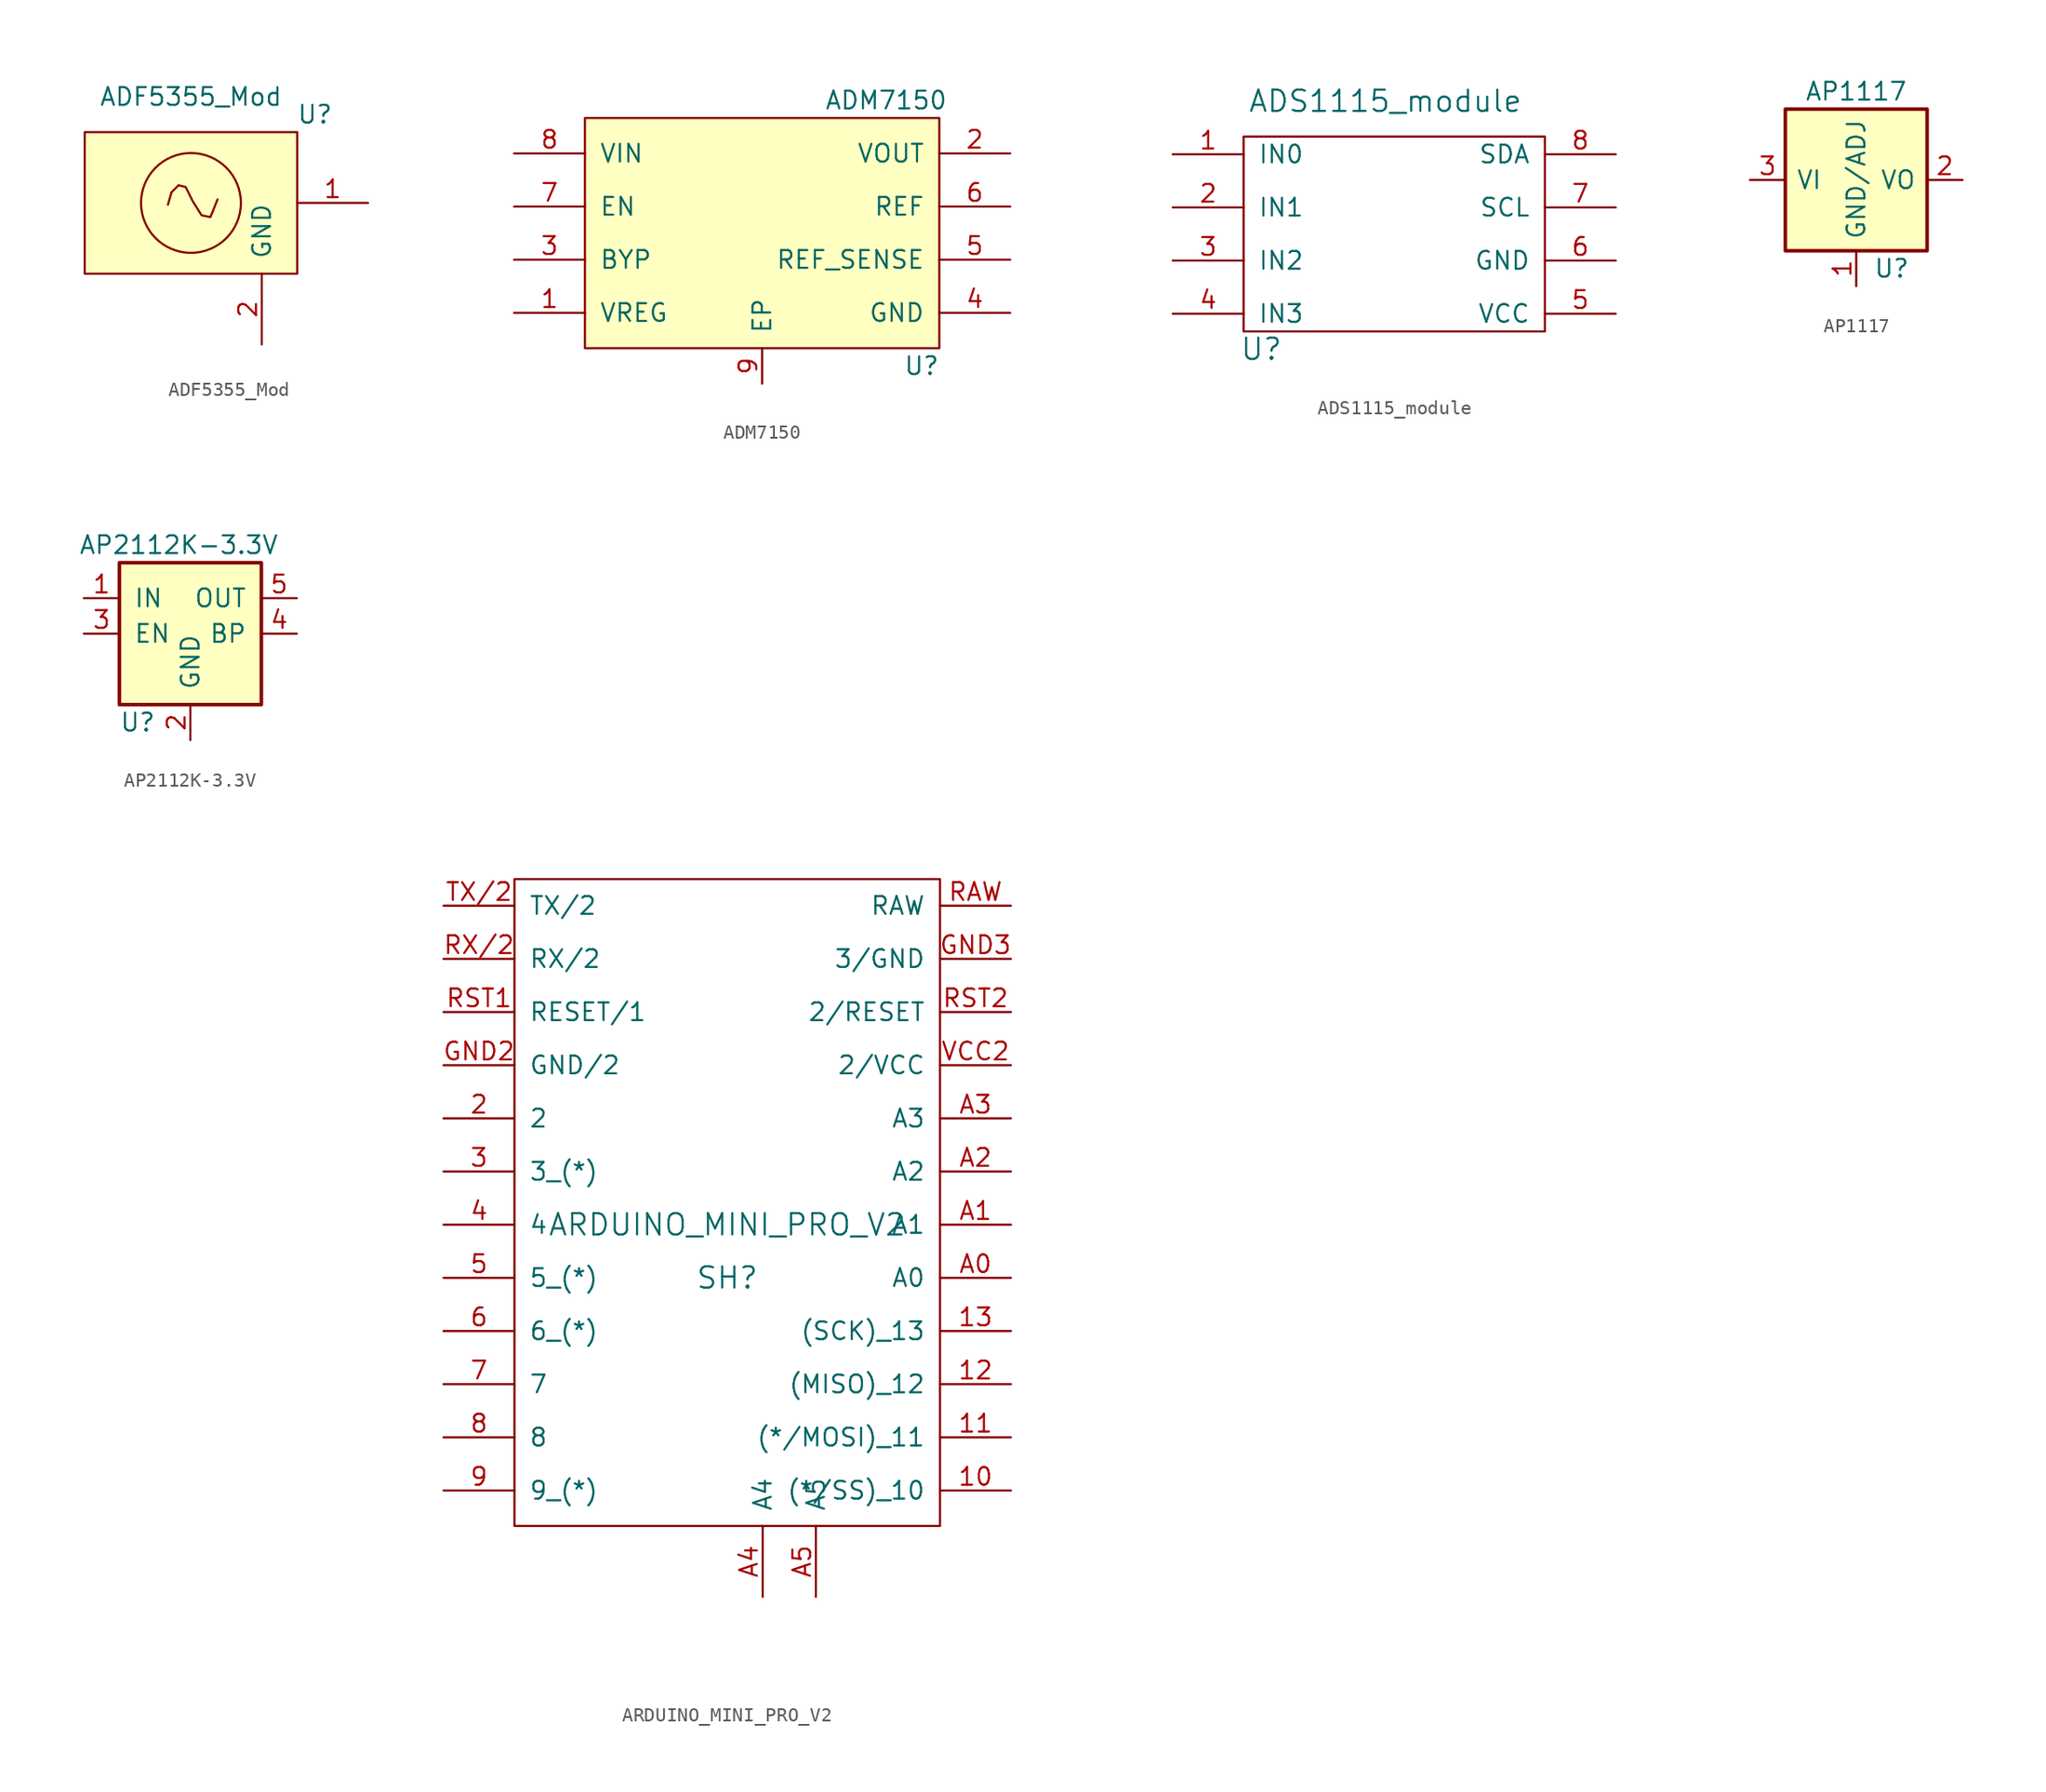
<source format=kicad_sym>
(kicad_symbol_lib
  (version 20211014)
  (generator kicad_symbol_editor)
  (symbol "ADF5355_Mod"
    (pin_names
      (offset 1.016))
    (property "Reference" "U"
      (at 11.43 6.35 0)
      (effects (font (size 1.27 1.27))))
    (property "Value" "ADF5355_Mod"
      (at 2.54 7.62 0)
      (effects (font (size 1.27 1.27))))
    (symbol "ADF5355_Mod_0_1"
      (rectangle (start -5.08 5.08) (end 10.16 -5.08) (stroke (width 0) (type default) (color 0 0 0 0)) (fill (type background)))
      (polyline (pts (xy 0.889 -0.127) (xy 1.143 0.762) (xy 1.651 1.27) (xy 2.159 1.143) (xy 2.667 0.127) (xy 3.302 -0.889) (xy 3.937 -1.016) (xy 4.445 0.254)) (stroke (width 0) (type default) (color 0 0 0 0)) (fill (type none)))
      (circle (center 2.54 0) (radius 3.581) (stroke (width 0) (type default) (color 0 0 0 0)) (fill (type none))))
    (symbol "ADF5355_Mod_1_1"
      (pin input line (at 15.24 0 180) (length 5.08) (name "~" (effects (font (size 1.27 1.27)))) (number "1" (effects (font (size 1.27 1.27)))))
      (pin input line (at 7.62 -10.16 90) (length 5.08) (name "GND" (effects (font (size 1.27 1.27)))) (number "2" (effects (font (size 1.27 1.27)))))))
  (symbol "ADM7150"
    (pin_names
      (offset 1.016))
    (property "Reference" "U"
      (at 11.43 -8.89 0)
      (effects (font (size 1.27 1.27))))
    (property "Value" "ADM7150"
      (at 8.89 10.16 0)
      (effects (font (size 1.27 1.27))))
    (symbol "ADM7150_0_1"
      (rectangle (start -12.7 8.89) (end 12.7 -7.62) (stroke (width 0) (type default) (color 0 0 0 0)) (fill (type background))))
    (symbol "ADM7150_1_1"
      (pin input line (at -17.78 -5.08 0) (length 5.08) (name "VREG" (effects (font (size 1.27 1.27)))) (number "1" (effects (font (size 1.27 1.27)))))
      (pin input line (at 17.78 6.35 180) (length 5.08) (name "VOUT" (effects (font (size 1.27 1.27)))) (number "2" (effects (font (size 1.27 1.27)))))
      (pin input line (at -17.78 -1.27 0) (length 5.08) (name "BYP" (effects (font (size 1.27 1.27)))) (number "3" (effects (font (size 1.27 1.27)))))
      (pin input line (at 17.78 -5.08 180) (length 5.08) (name "GND" (effects (font (size 1.27 1.27)))) (number "4" (effects (font (size 1.27 1.27)))))
      (pin input line (at 17.78 -1.27 180) (length 5.08) (name "REF_SENSE" (effects (font (size 1.27 1.27)))) (number "5" (effects (font (size 1.27 1.27)))))
      (pin input line (at 17.78 2.54 180) (length 5.08) (name "REF" (effects (font (size 1.27 1.27)))) (number "6" (effects (font (size 1.27 1.27)))))
      (pin input line (at -17.78 2.54 0) (length 5.08) (name "EN" (effects (font (size 1.27 1.27)))) (number "7" (effects (font (size 1.27 1.27)))))
      (pin power_in line (at -17.78 6.35 0) (length 5.08) (name "VIN" (effects (font (size 1.27 1.27)))) (number "8" (effects (font (size 1.27 1.27)))))
      (pin input line (at 0 -10.16 90) (length 2.54) (name "EP" (effects (font (size 1.27 1.27)))) (number "9" (effects (font (size 1.27 1.27)))))))
  (symbol "ADS1115_module"
    (pin_names
      (offset 1.016))
    (property "Reference" "U"
      (at -8.89 -7.62 0)
      (effects (font (size 1.524 1.524))))
    (property "Value" "ADS1115_module"
      (at 0 10.16 0)
      (effects (font (size 1.524 1.524))))
    (symbol "ADS1115_module_0_1"
      (rectangle (start -10.16 7.62) (end 11.43 -6.35) (stroke (width 0) (type default) (color 0 0 0 0)) (fill (type none))))
    (symbol "ADS1115_module_1_1"
      (pin input line (at -15.24 6.35 0) (length 5.08) (name "IN0" (effects (font (size 1.27 1.27)))) (number "1" (effects (font (size 1.27 1.27)))))
      (pin input line (at -15.24 2.54 0) (length 5.08) (name "IN1" (effects (font (size 1.27 1.27)))) (number "2" (effects (font (size 1.27 1.27)))))
      (pin input line (at -15.24 -1.27 0) (length 5.08) (name "IN2" (effects (font (size 1.27 1.27)))) (number "3" (effects (font (size 1.27 1.27)))))
      (pin input line (at -15.24 -5.08 0) (length 5.08) (name "IN3" (effects (font (size 1.27 1.27)))) (number "4" (effects (font (size 1.27 1.27)))))
      (pin input line (at 16.51 -5.08 180) (length 5.08) (name "VCC" (effects (font (size 1.27 1.27)))) (number "5" (effects (font (size 1.27 1.27)))))
      (pin input line (at 16.51 -1.27 180) (length 5.08) (name "GND" (effects (font (size 1.27 1.27)))) (number "6" (effects (font (size 1.27 1.27)))))
      (pin input line (at 16.51 2.54 180) (length 5.08) (name "SCL" (effects (font (size 1.27 1.27)))) (number "7" (effects (font (size 1.27 1.27)))))
      (pin input line (at 16.51 6.35 180) (length 5.08) (name "SDA" (effects (font (size 1.27 1.27)))) (number "8" (effects (font (size 1.27 1.27)))))))
  (symbol "AP1117"
    (pin_names
      (offset 0.762))
    (property "Reference" "U"
      (at 2.54 -6.35 0)
      (effects (font (size 1.27 1.27))))
    (property "Value" "AP1117"
      (at 0 6.35 0)
      (effects (font (size 1.27 1.27))))
    (symbol "AP1117_0_1"
      (rectangle (start -5.08 -5.08) (end 5.08 5.08) (stroke (width 0.254) (type default) (color 0 0 0 0)) (fill (type background))))
    (symbol "AP1117_1_1"
      (pin power_in line (at 0 -7.62 90) (length 2.54) (name "GND/ADJ" (effects (font (size 1.27 1.27)))) (number "1" (effects (font (size 1.27 1.27)))))
      (pin power_out line (at 7.62 0 180) (length 2.54) (name "VO" (effects (font (size 1.27 1.27)))) (number "2" (effects (font (size 1.27 1.27)))))
      (pin power_in line (at -7.62 0 0) (length 2.54) (name "VI" (effects (font (size 1.27 1.27)))) (number "3" (effects (font (size 1.27 1.27)))))))
  (symbol "AP2112K-3.3V"
    (pin_names
      (offset 1.016))
    (property "Reference" "U"
      (at -5.08 -6.35 0)
      (effects (font (size 1.27 1.27)) (justify left)))
    (property "Value" "AP2112K-3.3V"
      (at 6.35 6.35 0)
      (effects (font (size 1.27 1.27)) (justify right)))
    (symbol "AP2112K-3.3V_0_1"
      (rectangle (start -5.08 5.08) (end 5.08 -5.08) (stroke (width 0.254) (type default) (color 0 0 0 0)) (fill (type background))))
    (symbol "AP2112K-3.3V_1_1"
      (pin power_in line (at -7.62 2.54 0) (length 2.54) (name "IN" (effects (font (size 1.27 1.27)))) (number "1" (effects (font (size 1.27 1.27)))))
      (pin power_in line (at 0 -7.62 90) (length 2.54) (name "GND" (effects (font (size 1.27 1.27)))) (number "2" (effects (font (size 1.27 1.27)))))
      (pin input line (at -7.62 0 0) (length 2.54) (name "EN" (effects (font (size 1.27 1.27)))) (number "3" (effects (font (size 1.27 1.27)))))
      (pin input line (at 7.62 0 180) (length 2.54) (name "BP" (effects (font (size 1.27 1.27)))) (number "4" (effects (font (size 1.27 1.27)))))
      (pin power_out line (at 7.62 2.54 180) (length 2.54) (name "OUT" (effects (font (size 1.27 1.27)))) (number "5" (effects (font (size 1.27 1.27)))))))
  (symbol "ARDUINO_MINI_PRO_V2"
    (pin_names
      (offset 1.016))
    (property "Reference" "SH"
      (at 0 -3.81 0)
      (effects (font (size 1.524 1.524))))
    (property "Value" "ARDUINO_MINI_PRO_V2"
      (at 0 0 0)
      (effects (font (size 1.524 1.524))))
    (property "Footprint" ""
      (at -4.445 43.815 0)
      (effects (font (size 1.524 1.524))))
    (property "Datasheet" ""
      (at -4.445 43.815 0)
      (effects (font (size 1.524 1.524))))
    (symbol "ARDUINO_MINI_PRO_V2_0_1"
      (rectangle (start 15.24 24.765) (end -15.24 -21.59) (stroke (width 0) (type default) (color 0 0 0 0)) (fill (type none))))
    (symbol "ARDUINO_MINI_PRO_V2_1_1"
      (pin input line (at 20.32 -19.05 180) (length 5.08) (name "(*/SS)_10" (effects (font (size 1.27 1.27)))) (number "10" (effects (font (size 1.27 1.27)))))
      (pin input line (at 20.32 -15.24 180) (length 5.08) (name "(*/MOSI)_11" (effects (font (size 1.27 1.27)))) (number "11" (effects (font (size 1.27 1.27)))))
      (pin input line (at 20.32 -11.43 180) (length 5.08) (name "(MISO)_12" (effects (font (size 1.27 1.27)))) (number "12" (effects (font (size 1.27 1.27)))))
      (pin input line (at 20.32 -7.62 180) (length 5.08) (name "(SCK)_13" (effects (font (size 1.27 1.27)))) (number "13" (effects (font (size 1.27 1.27)))))
      (pin input line (at -20.32 7.62 0) (length 5.08) (name "2" (effects (font (size 1.27 1.27)))) (number "2" (effects (font (size 1.27 1.27)))))
      (pin input line (at -20.32 3.81 0) (length 5.08) (name "3_(*)" (effects (font (size 1.27 1.27)))) (number "3" (effects (font (size 1.27 1.27)))))
      (pin input line (at -20.32 0 0) (length 5.08) (name "4" (effects (font (size 1.27 1.27)))) (number "4" (effects (font (size 1.27 1.27)))))
      (pin input line (at -20.32 -3.81 0) (length 5.08) (name "5_(*)" (effects (font (size 1.27 1.27)))) (number "5" (effects (font (size 1.27 1.27)))))
      (pin input line (at -20.32 -7.62 0) (length 5.08) (name "6_(*)" (effects (font (size 1.27 1.27)))) (number "6" (effects (font (size 1.27 1.27)))))
      (pin input line (at -20.32 -11.43 0) (length 5.08) (name "7" (effects (font (size 1.27 1.27)))) (number "7" (effects (font (size 1.27 1.27)))))
      (pin input line (at -20.32 -15.24 0) (length 5.08) (name "8" (effects (font (size 1.27 1.27)))) (number "8" (effects (font (size 1.27 1.27)))))
      (pin input line (at -20.32 -19.05 0) (length 5.08) (name "9_(*)" (effects (font (size 1.27 1.27)))) (number "9" (effects (font (size 1.27 1.27)))))
      (pin input line (at 20.32 -3.81 180) (length 5.08) (name "A0" (effects (font (size 1.27 1.27)))) (number "A0" (effects (font (size 1.27 1.27)))))
      (pin input line (at 20.32 0 180) (length 5.08) (name "A1" (effects (font (size 1.27 1.27)))) (number "A1" (effects (font (size 1.27 1.27)))))
      (pin input line (at 20.32 3.81 180) (length 5.08) (name "A2" (effects (font (size 1.27 1.27)))) (number "A2" (effects (font (size 1.27 1.27)))))
      (pin input line (at 20.32 7.62 180) (length 5.08) (name "A3" (effects (font (size 1.27 1.27)))) (number "A3" (effects (font (size 1.27 1.27)))))
      (pin input line (at 2.54 -26.67 90) (length 5.08) (name "A4" (effects (font (size 1.27 1.27)))) (number "A4" (effects (font (size 1.27 1.27)))))
      (pin input line (at 6.35 -26.67 90) (length 5.08) (name "A5" (effects (font (size 1.27 1.27)))) (number "A5" (effects (font (size 1.27 1.27)))))
      (pin input line (at -20.32 11.43 0) (length 5.08) (name "GND/2" (effects (font (size 1.27 1.27)))) (number "GND2" (effects (font (size 1.27 1.27)))))
      (pin input line (at 20.32 19.05 180) (length 5.08) (name "3/GND" (effects (font (size 1.27 1.27)))) (number "GND3" (effects (font (size 1.27 1.27)))))
      (pin input line (at 20.32 22.86 180) (length 5.08) (name "RAW" (effects (font (size 1.27 1.27)))) (number "RAW" (effects (font (size 1.27 1.27)))))
      (pin input line (at -20.32 15.24 0) (length 5.08) (name "RESET/1" (effects (font (size 1.27 1.27)))) (number "RST1" (effects (font (size 1.27 1.27)))))
      (pin input line (at 20.32 15.24 180) (length 5.08) (name "2/RESET" (effects (font (size 1.27 1.27)))) (number "RST2" (effects (font (size 1.27 1.27)))))
      (pin input line (at -20.32 19.05 0) (length 5.08) (name "RX/2" (effects (font (size 1.27 1.27)))) (number "RX/2" (effects (font (size 1.27 1.27)))))
      (pin input line (at -20.32 22.86 0) (length 5.08) (name "TX/2" (effects (font (size 1.27 1.27)))) (number "TX/2" (effects (font (size 1.27 1.27)))))
      (pin input line (at 20.32 11.43 180) (length 5.08) (name "2/VCC" (effects (font (size 1.27 1.27)))) (number "VCC2" (effects (font (size 1.27 1.27))))))))
</source>
